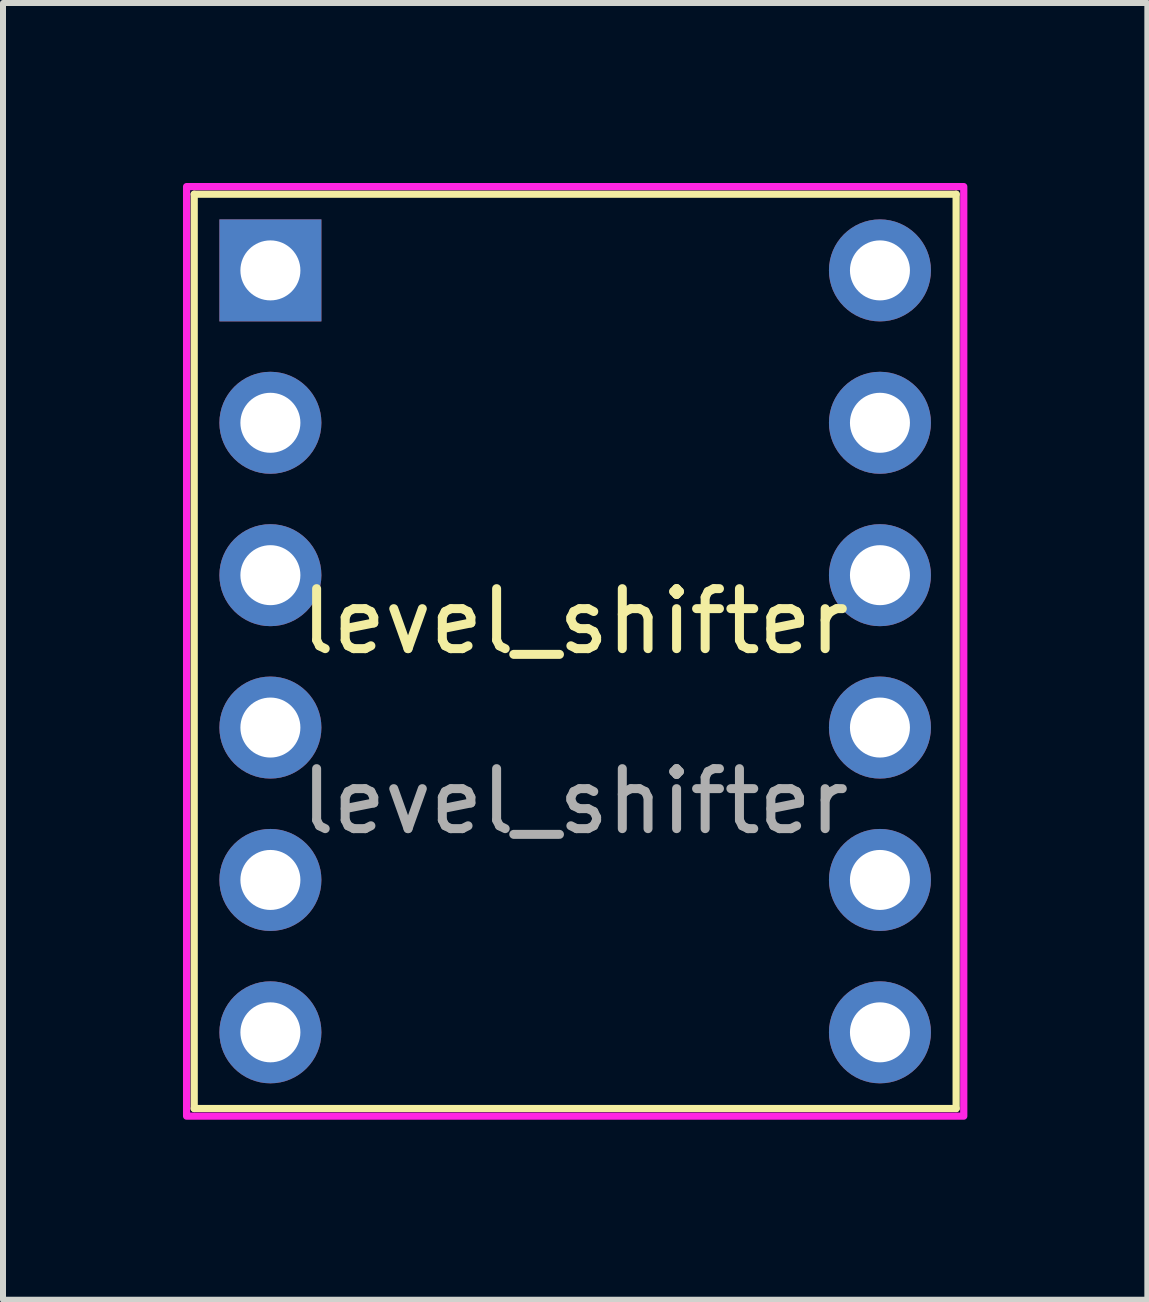
<source format=kicad_pcb>
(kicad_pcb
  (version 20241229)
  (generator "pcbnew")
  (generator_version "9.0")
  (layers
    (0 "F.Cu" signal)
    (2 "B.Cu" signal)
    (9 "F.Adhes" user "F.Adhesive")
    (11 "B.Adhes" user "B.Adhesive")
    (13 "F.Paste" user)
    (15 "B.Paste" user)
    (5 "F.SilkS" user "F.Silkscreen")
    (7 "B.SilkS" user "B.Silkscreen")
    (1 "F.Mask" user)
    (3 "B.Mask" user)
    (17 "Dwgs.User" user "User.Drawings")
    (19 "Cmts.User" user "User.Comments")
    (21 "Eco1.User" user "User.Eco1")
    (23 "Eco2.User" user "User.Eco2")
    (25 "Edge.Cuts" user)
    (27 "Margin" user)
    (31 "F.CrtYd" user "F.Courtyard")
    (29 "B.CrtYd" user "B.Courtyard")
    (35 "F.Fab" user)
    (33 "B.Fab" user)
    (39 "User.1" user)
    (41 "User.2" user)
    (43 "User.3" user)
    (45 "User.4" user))
  (footprint "level_shifter"
    (layer "F.Cu")
    (at 6.537 7.807)
    (property "Reference" "level_shifter" (at 0 -0.5 0) (unlocked yes) (layer "F.SilkS") (effects (font (size 1 1) (thickness 0.15))))
    (attr smd)
    (fp_line (start -6.35 -7.62) (end 6.35 -7.62) (stroke (width 0.12) (type default)) (layer "F.SilkS"))
    (fp_line (start -6.35 7.62) (end -6.35 -7.62) (stroke (width 0.12) (type default)) (layer "F.SilkS"))
    (fp_line (start 6.35 -7.62) (end 6.35 7.62) (stroke (width 0.12) (type default)) (layer "F.SilkS"))
    (fp_line (start 6.35 7.62) (end -6.35 7.62) (stroke (width 0.12) (type default)) (layer "F.SilkS"))
    (fp_rect (start -6.477 -7.747) (end 6.477 7.747) (stroke (width 0.12) (type solid)) (fill no) (layer "F.CrtYd"))
    (fp_text user "${REFERENCE}" (at 0 2.5 0) (unlocked yes) (layer "F.Fab") (effects (font (size 1 1) (thickness 0.15))))
    (pad "1" thru_hole rect (at -5.08 -6.35) (size 1.7 1.7) (drill 1) (layers "*.Cu" "*.Mask"))
    (pad "2" thru_hole circle (at -5.08 -3.81) (size 1.7 1.7) (drill 1) (layers "*.Cu" "*.Mask"))
    (pad "3" thru_hole circle (at -5.08 -1.27) (size 1.7 1.7) (drill 1) (layers "*.Cu" "*.Mask"))
    (pad "4" thru_hole circle (at -5.08 1.27) (size 1.7 1.7) (drill 1) (layers "*.Cu" "*.Mask"))
    (pad "5" thru_hole circle (at -5.08 3.81) (size 1.7 1.7) (drill 1) (layers "*.Cu" "*.Mask"))
    (pad "6" thru_hole circle (at -5.08 6.35) (size 1.7 1.7) (drill 1) (layers "*.Cu" "*.Mask"))
    (pad "7" thru_hole circle (at 5.08 6.35 180) (size 1.7 1.7) (drill 1) (layers "*.Cu" "*.Mask"))
    (pad "8" thru_hole circle (at 5.08 3.81 180) (size 1.7 1.7) (drill 1) (layers "*.Cu" "*.Mask"))
    (pad "9" thru_hole circle (at 5.08 1.27 180) (size 1.7 1.7) (drill 1) (layers "*.Cu" "*.Mask"))
    (pad "10" thru_hole circle (at 5.08 -1.27 180) (size 1.7 1.7) (drill 1) (layers "*.Cu" "*.Mask"))
    (pad "11" thru_hole circle (at 5.08 -3.81 180) (size 1.7 1.7) (drill 1) (layers "*.Cu" "*.Mask"))
    (pad "12" thru_hole circle (at 5.08 -6.35 180) (size 1.7 1.7) (drill 1) (layers "*.Cu" "*.Mask")))
  (gr_rect
    (start -3 -3)
    (end 16.074 18.614)
    (stroke (width 0.1) (type default))
    (fill no)
    (layer "Edge.Cuts")))
</source>
